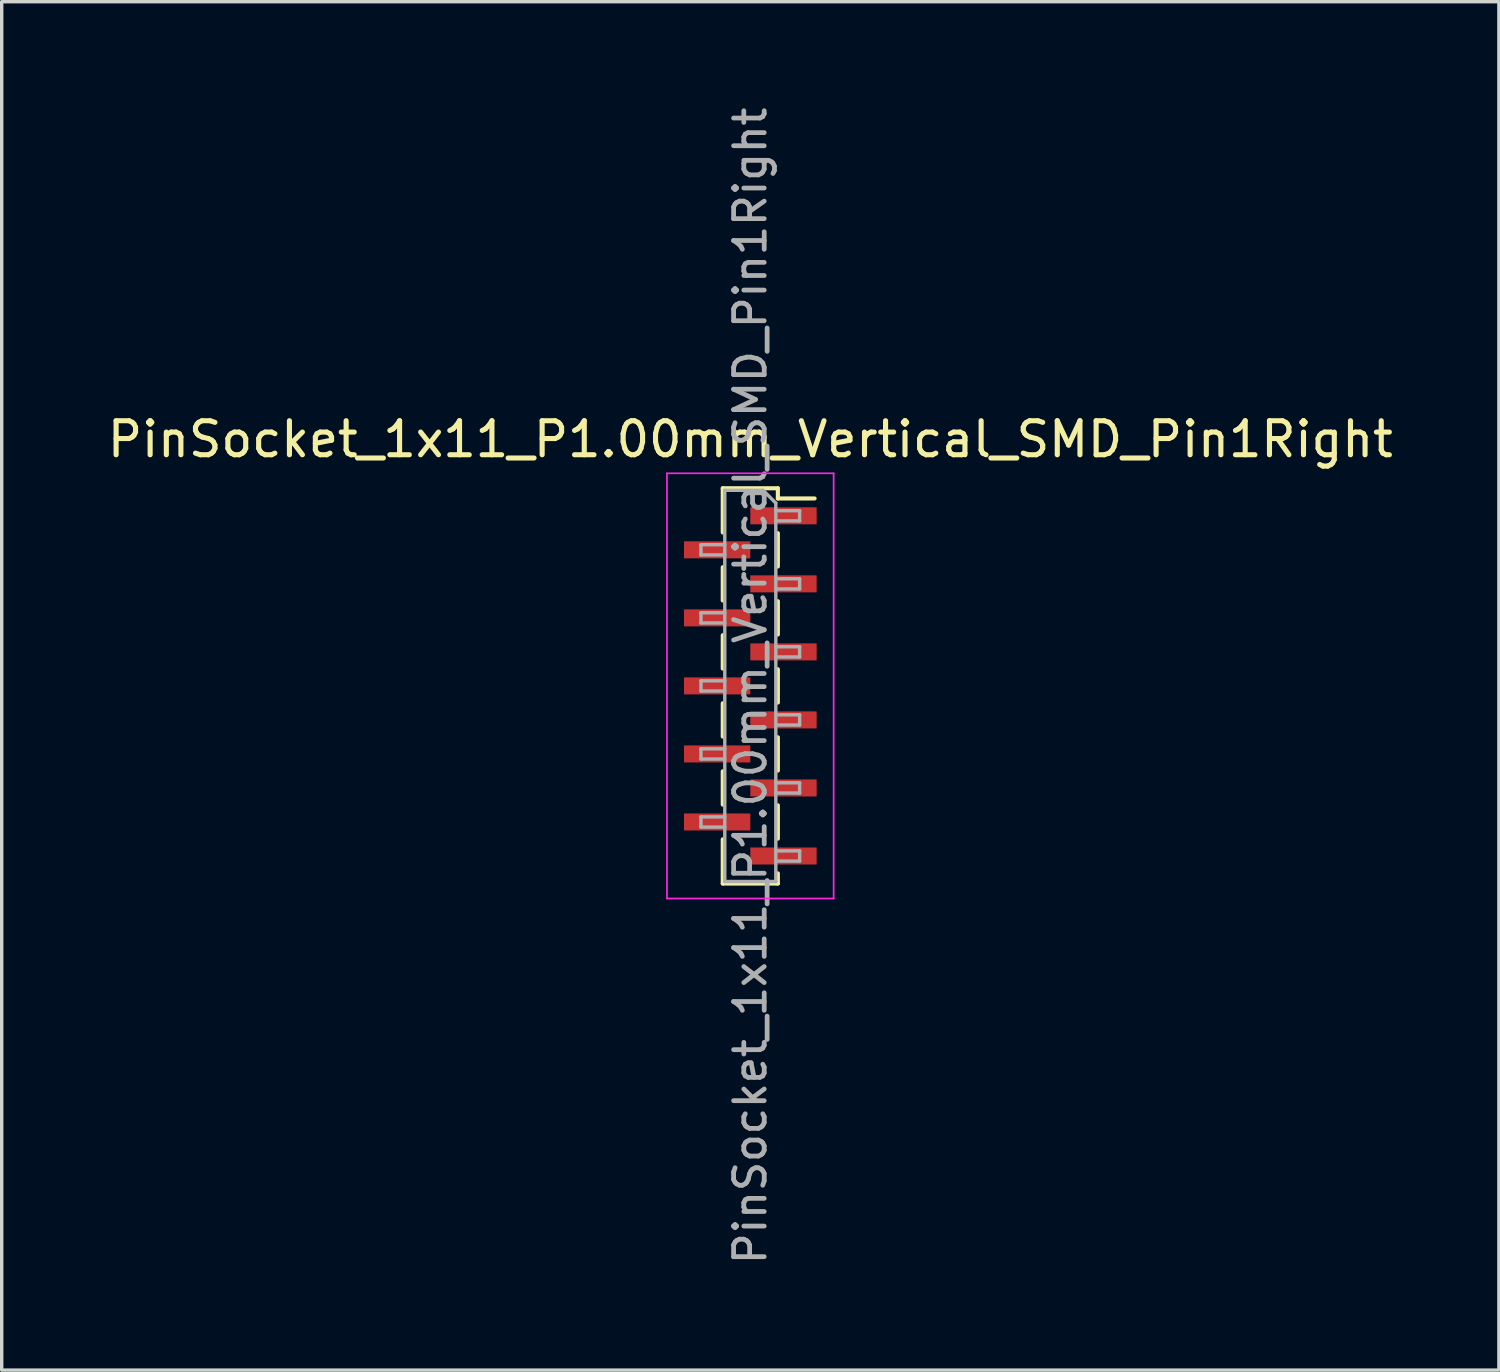
<source format=kicad_pcb>
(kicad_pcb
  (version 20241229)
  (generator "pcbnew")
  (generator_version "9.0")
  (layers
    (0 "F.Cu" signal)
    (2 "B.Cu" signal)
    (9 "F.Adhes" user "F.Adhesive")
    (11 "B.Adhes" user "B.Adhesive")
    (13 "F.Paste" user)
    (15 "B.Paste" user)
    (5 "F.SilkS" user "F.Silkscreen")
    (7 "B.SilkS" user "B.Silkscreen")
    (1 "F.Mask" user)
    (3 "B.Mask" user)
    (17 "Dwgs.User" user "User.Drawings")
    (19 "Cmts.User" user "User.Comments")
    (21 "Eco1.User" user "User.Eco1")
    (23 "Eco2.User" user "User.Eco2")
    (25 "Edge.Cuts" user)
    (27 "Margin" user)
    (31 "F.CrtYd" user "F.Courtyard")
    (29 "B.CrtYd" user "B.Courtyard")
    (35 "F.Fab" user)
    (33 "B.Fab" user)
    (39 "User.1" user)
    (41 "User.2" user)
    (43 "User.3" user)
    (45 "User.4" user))
  (footprint "PinSocket_1x11_P1.00mm_Vertical_SMD_Pin1Right"
    (layer "F.Cu")
    (at 19.006 17.113)
    (property "Reference" "PinSocket_1x11_P1.00mm_Vertical_SMD_Pin1Right" (at 0 -7.25 0) (layer "F.SilkS") (effects (font (size 1 1) (thickness 0.15))))
    (attr smd)
    (fp_line (start -0.81 -5.81) (end -0.81 -4.51) (stroke (width 0.12) (type solid)) (layer "F.SilkS"))
    (fp_line (start -0.81 -5.81) (end 0.81 -5.81) (stroke (width 0.12) (type solid)) (layer "F.SilkS"))
    (fp_line (start -0.81 -3.49) (end -0.81 -2.51) (stroke (width 0.12) (type solid)) (layer "F.SilkS"))
    (fp_line (start -0.81 -1.49) (end -0.81 -0.51) (stroke (width 0.12) (type solid)) (layer "F.SilkS"))
    (fp_line (start -0.81 0.51) (end -0.81 1.49) (stroke (width 0.12) (type solid)) (layer "F.SilkS"))
    (fp_line (start -0.81 2.51) (end -0.81 3.49) (stroke (width 0.12) (type solid)) (layer "F.SilkS"))
    (fp_line (start -0.81 4.51) (end -0.81 5.81) (stroke (width 0.12) (type solid)) (layer "F.SilkS"))
    (fp_line (start -0.81 5.81) (end 0.81 5.81) (stroke (width 0.12) (type solid)) (layer "F.SilkS"))
    (fp_line (start 0.81 -5.81) (end 0.81 -5.51) (stroke (width 0.12) (type solid)) (layer "F.SilkS"))
    (fp_line (start 0.81 -5.51) (end 1.89 -5.51) (stroke (width 0.12) (type solid)) (layer "F.SilkS"))
    (fp_line (start 0.81 -4.49) (end 0.81 -3.51) (stroke (width 0.12) (type solid)) (layer "F.SilkS"))
    (fp_line (start 0.81 -2.49) (end 0.81 -1.51) (stroke (width 0.12) (type solid)) (layer "F.SilkS"))
    (fp_line (start 0.81 -0.49) (end 0.81 0.49) (stroke (width 0.12) (type solid)) (layer "F.SilkS"))
    (fp_line (start 0.81 1.51) (end 0.81 2.49) (stroke (width 0.12) (type solid)) (layer "F.SilkS"))
    (fp_line (start 0.81 3.51) (end 0.81 4.49) (stroke (width 0.12) (type solid)) (layer "F.SilkS"))
    (fp_line (start 0.81 5.51) (end 0.81 5.81) (stroke (width 0.12) (type solid)) (layer "F.SilkS"))
    (fp_line (start -2.45 -6.25) (end 2.45 -6.25) (stroke (width 0.05) (type solid)) (layer "F.CrtYd"))
    (fp_line (start -2.45 6.25) (end -2.45 -6.25) (stroke (width 0.05) (type solid)) (layer "F.CrtYd"))
    (fp_line (start 2.45 -6.25) (end 2.45 6.25) (stroke (width 0.05) (type solid)) (layer "F.CrtYd"))
    (fp_line (start 2.45 6.25) (end -2.45 6.25) (stroke (width 0.05) (type solid)) (layer "F.CrtYd"))
    (fp_line (start -1.45 -4.15) (end -0.75 -4.15) (stroke (width 0.1) (type solid)) (layer "F.Fab"))
    (fp_line (start -1.45 -3.85) (end -1.45 -4.15) (stroke (width 0.1) (type solid)) (layer "F.Fab"))
    (fp_line (start -1.45 -2.15) (end -0.75 -2.15) (stroke (width 0.1) (type solid)) (layer "F.Fab"))
    (fp_line (start -1.45 -1.85) (end -1.45 -2.15) (stroke (width 0.1) (type solid)) (layer "F.Fab"))
    (fp_line (start -1.45 -0.15) (end -0.75 -0.15) (stroke (width 0.1) (type solid)) (layer "F.Fab"))
    (fp_line (start -1.45 0.15) (end -1.45 -0.15) (stroke (width 0.1) (type solid)) (layer "F.Fab"))
    (fp_line (start -1.45 1.85) (end -0.75 1.85) (stroke (width 0.1) (type solid)) (layer "F.Fab"))
    (fp_line (start -1.45 2.15) (end -1.45 1.85) (stroke (width 0.1) (type solid)) (layer "F.Fab"))
    (fp_line (start -1.45 3.85) (end -0.75 3.85) (stroke (width 0.1) (type solid)) (layer "F.Fab"))
    (fp_line (start -1.45 4.15) (end -1.45 3.85) (stroke (width 0.1) (type solid)) (layer "F.Fab"))
    (fp_line (start -0.75 -5.75) (end 0.375 -5.75) (stroke (width 0.1) (type solid)) (layer "F.Fab"))
    (fp_line (start -0.75 -3.85) (end -1.45 -3.85) (stroke (width 0.1) (type solid)) (layer "F.Fab"))
    (fp_line (start -0.75 -1.85) (end -1.45 -1.85) (stroke (width 0.1) (type solid)) (layer "F.Fab"))
    (fp_line (start -0.75 0.15) (end -1.45 0.15) (stroke (width 0.1) (type solid)) (layer "F.Fab"))
    (fp_line (start -0.75 2.15) (end -1.45 2.15) (stroke (width 0.1) (type solid)) (layer "F.Fab"))
    (fp_line (start -0.75 4.15) (end -1.45 4.15) (stroke (width 0.1) (type solid)) (layer "F.Fab"))
    (fp_line (start -0.75 5.75) (end -0.75 -5.75) (stroke (width 0.1) (type solid)) (layer "F.Fab"))
    (fp_line (start 0.375 -5.75) (end 0.75 -5.375) (stroke (width 0.1) (type solid)) (layer "F.Fab"))
    (fp_line (start 0.75 -5.375) (end 0.75 5.75) (stroke (width 0.1) (type solid)) (layer "F.Fab"))
    (fp_line (start 0.75 -5.15) (end 1.45 -5.15) (stroke (width 0.1) (type solid)) (layer "F.Fab"))
    (fp_line (start 0.75 -3.15) (end 1.45 -3.15) (stroke (width 0.1) (type solid)) (layer "F.Fab"))
    (fp_line (start 0.75 -1.15) (end 1.45 -1.15) (stroke (width 0.1) (type solid)) (layer "F.Fab"))
    (fp_line (start 0.75 0.85) (end 1.45 0.85) (stroke (width 0.1) (type solid)) (layer "F.Fab"))
    (fp_line (start 0.75 2.85) (end 1.45 2.85) (stroke (width 0.1) (type solid)) (layer "F.Fab"))
    (fp_line (start 0.75 4.85) (end 1.45 4.85) (stroke (width 0.1) (type solid)) (layer "F.Fab"))
    (fp_line (start 0.75 5.75) (end -0.75 5.75) (stroke (width 0.1) (type solid)) (layer "F.Fab"))
    (fp_line (start 1.45 -5.15) (end 1.45 -4.85) (stroke (width 0.1) (type solid)) (layer "F.Fab"))
    (fp_line (start 1.45 -4.85) (end 0.75 -4.85) (stroke (width 0.1) (type solid)) (layer "F.Fab"))
    (fp_line (start 1.45 -3.15) (end 1.45 -2.85) (stroke (width 0.1) (type solid)) (layer "F.Fab"))
    (fp_line (start 1.45 -2.85) (end 0.75 -2.85) (stroke (width 0.1) (type solid)) (layer "F.Fab"))
    (fp_line (start 1.45 -1.15) (end 1.45 -0.85) (stroke (width 0.1) (type solid)) (layer "F.Fab"))
    (fp_line (start 1.45 -0.85) (end 0.75 -0.85) (stroke (width 0.1) (type solid)) (layer "F.Fab"))
    (fp_line (start 1.45 0.85) (end 1.45 1.15) (stroke (width 0.1) (type solid)) (layer "F.Fab"))
    (fp_line (start 1.45 1.15) (end 0.75 1.15) (stroke (width 0.1) (type solid)) (layer "F.Fab"))
    (fp_line (start 1.45 2.85) (end 1.45 3.15) (stroke (width 0.1) (type solid)) (layer "F.Fab"))
    (fp_line (start 1.45 3.15) (end 0.75 3.15) (stroke (width 0.1) (type solid)) (layer "F.Fab"))
    (fp_line (start 1.45 4.85) (end 1.45 5.15) (stroke (width 0.1) (type solid)) (layer "F.Fab"))
    (fp_line (start 1.45 5.15) (end 0.75 5.15) (stroke (width 0.1) (type solid)) (layer "F.Fab"))
    (fp_text user "${REFERENCE}" (at 0 0 90) (layer "F.Fab") (effects (font (size 0.9 0.9) (thickness 0.14))))
    (pad "1" smd rect (at 0.975 -5) (size 1.95 0.5) (layers "F.Cu" "F.Mask" "F.Paste"))
    (pad "2" smd rect (at -0.975 -4) (size 1.95 0.5) (layers "F.Cu" "F.Mask" "F.Paste"))
    (pad "3" smd rect (at 0.975 -3) (size 1.95 0.5) (layers "F.Cu" "F.Mask" "F.Paste"))
    (pad "4" smd rect (at -0.975 -2) (size 1.95 0.5) (layers "F.Cu" "F.Mask" "F.Paste"))
    (pad "5" smd rect (at 0.975 -1) (size 1.95 0.5) (layers "F.Cu" "F.Mask" "F.Paste"))
    (pad "6" smd rect (at -0.975 0) (size 1.95 0.5) (layers "F.Cu" "F.Mask" "F.Paste"))
    (pad "7" smd rect (at 0.975 1) (size 1.95 0.5) (layers "F.Cu" "F.Mask" "F.Paste"))
    (pad "8" smd rect (at -0.975 2) (size 1.95 0.5) (layers "F.Cu" "F.Mask" "F.Paste"))
    (pad "9" smd rect (at 0.975 3) (size 1.95 0.5) (layers "F.Cu" "F.Mask" "F.Paste"))
    (pad "10" smd rect (at -0.975 4) (size 1.95 0.5) (layers "F.Cu" "F.Mask" "F.Paste"))
    (pad "11" smd rect (at 0.975 5) (size 1.95 0.5) (layers "F.Cu" "F.Mask" "F.Paste")))
  (gr_rect
    (start -3 -3)
    (end 41.012 37.226)
    (stroke (width 0.1) (type default))
    (fill no)
    (layer "Edge.Cuts")))
</source>
